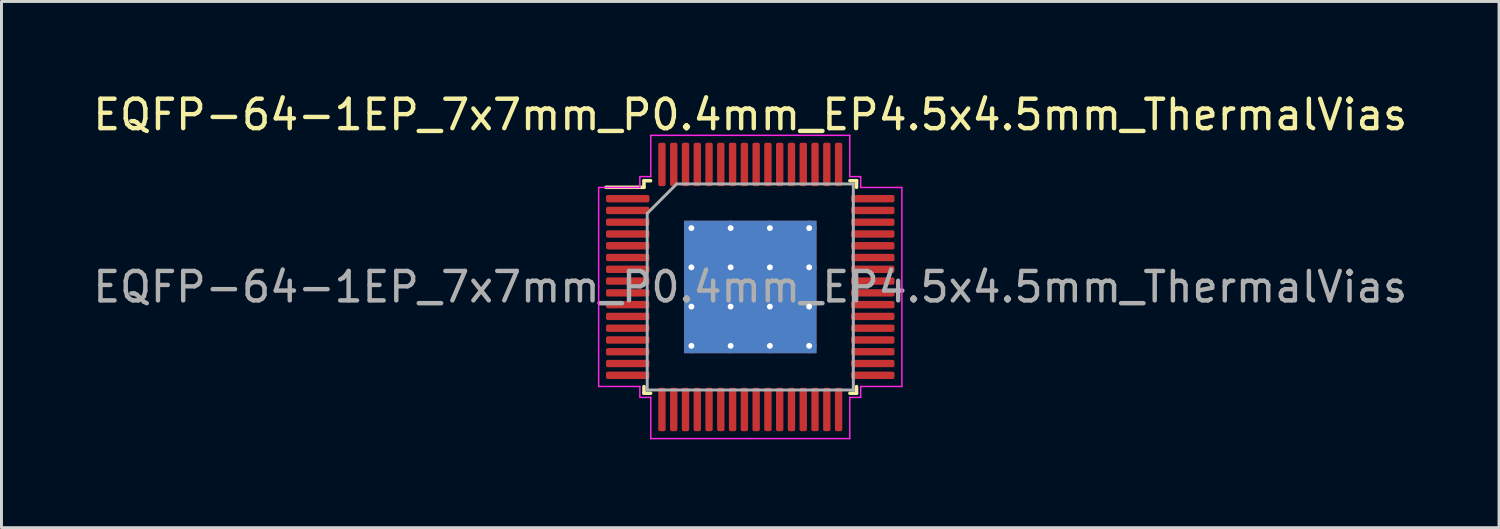
<source format=kicad_pcb>
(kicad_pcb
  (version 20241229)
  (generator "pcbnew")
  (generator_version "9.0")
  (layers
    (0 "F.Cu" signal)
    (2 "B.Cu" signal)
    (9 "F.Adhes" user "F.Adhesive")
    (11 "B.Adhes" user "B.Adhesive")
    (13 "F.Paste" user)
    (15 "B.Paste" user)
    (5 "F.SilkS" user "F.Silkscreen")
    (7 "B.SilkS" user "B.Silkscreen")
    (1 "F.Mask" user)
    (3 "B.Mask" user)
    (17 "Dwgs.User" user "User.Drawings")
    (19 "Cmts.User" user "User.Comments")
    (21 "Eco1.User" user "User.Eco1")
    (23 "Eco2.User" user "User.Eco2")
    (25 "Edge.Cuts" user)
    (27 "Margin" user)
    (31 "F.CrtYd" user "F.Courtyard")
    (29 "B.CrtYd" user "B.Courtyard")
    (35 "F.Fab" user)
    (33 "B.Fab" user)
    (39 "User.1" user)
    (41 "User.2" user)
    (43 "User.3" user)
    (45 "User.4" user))
  (footprint "EQFP-64-1EP_7x7mm_P0.4mm_EP4.5x4.5mm_ThermalVias"
    (layer "F.Cu")
    (at 22.435 6.698)
    (property "Reference" "EQFP-64-1EP_7x7mm_P0.4mm_EP4.5x4.5mm_ThermalVias" (at 0 -5.85 0) (layer "F.SilkS") (effects (font (size 1 1) (thickness 0.15))))
    (attr smd)
    (fp_line (start -3.61 -3.61) (end -3.61 -3.385) (stroke (width 0.12) (type solid)) (layer "F.SilkS"))
    (fp_line (start -3.61 -3.385) (end -4.9 -3.385) (stroke (width 0.12) (type solid)) (layer "F.SilkS"))
    (fp_line (start -3.61 3.61) (end -3.61 3.385) (stroke (width 0.12) (type solid)) (layer "F.SilkS"))
    (fp_line (start -3.385 -3.61) (end -3.61 -3.61) (stroke (width 0.12) (type solid)) (layer "F.SilkS"))
    (fp_line (start -3.385 3.61) (end -3.61 3.61) (stroke (width 0.12) (type solid)) (layer "F.SilkS"))
    (fp_line (start 3.385 -3.61) (end 3.61 -3.61) (stroke (width 0.12) (type solid)) (layer "F.SilkS"))
    (fp_line (start 3.385 3.61) (end 3.61 3.61) (stroke (width 0.12) (type solid)) (layer "F.SilkS"))
    (fp_line (start 3.61 -3.61) (end 3.61 -3.385) (stroke (width 0.12) (type solid)) (layer "F.SilkS"))
    (fp_line (start 3.61 3.61) (end 3.61 3.385) (stroke (width 0.12) (type solid)) (layer "F.SilkS"))
    (fp_line (start -5.15 -3.38) (end -5.15 0) (stroke (width 0.05) (type solid)) (layer "F.CrtYd"))
    (fp_line (start -5.15 3.38) (end -5.15 0) (stroke (width 0.05) (type solid)) (layer "F.CrtYd"))
    (fp_line (start -3.75 -3.75) (end -3.75 -3.38) (stroke (width 0.05) (type solid)) (layer "F.CrtYd"))
    (fp_line (start -3.75 -3.38) (end -5.15 -3.38) (stroke (width 0.05) (type solid)) (layer "F.CrtYd"))
    (fp_line (start -3.75 3.38) (end -5.15 3.38) (stroke (width 0.05) (type solid)) (layer "F.CrtYd"))
    (fp_line (start -3.75 3.75) (end -3.75 3.38) (stroke (width 0.05) (type solid)) (layer "F.CrtYd"))
    (fp_line (start -3.38 -5.15) (end -3.38 -3.75) (stroke (width 0.05) (type solid)) (layer "F.CrtYd"))
    (fp_line (start -3.38 -3.75) (end -3.75 -3.75) (stroke (width 0.05) (type solid)) (layer "F.CrtYd"))
    (fp_line (start -3.38 3.75) (end -3.75 3.75) (stroke (width 0.05) (type solid)) (layer "F.CrtYd"))
    (fp_line (start -3.38 5.15) (end -3.38 3.75) (stroke (width 0.05) (type solid)) (layer "F.CrtYd"))
    (fp_line (start 0 -5.15) (end -3.38 -5.15) (stroke (width 0.05) (type solid)) (layer "F.CrtYd"))
    (fp_line (start 0 -5.15) (end 3.38 -5.15) (stroke (width 0.05) (type solid)) (layer "F.CrtYd"))
    (fp_line (start 0 5.15) (end -3.38 5.15) (stroke (width 0.05) (type solid)) (layer "F.CrtYd"))
    (fp_line (start 0 5.15) (end 3.38 5.15) (stroke (width 0.05) (type solid)) (layer "F.CrtYd"))
    (fp_line (start 3.38 -5.15) (end 3.38 -3.75) (stroke (width 0.05) (type solid)) (layer "F.CrtYd"))
    (fp_line (start 3.38 -3.75) (end 3.75 -3.75) (stroke (width 0.05) (type solid)) (layer "F.CrtYd"))
    (fp_line (start 3.38 3.75) (end 3.75 3.75) (stroke (width 0.05) (type solid)) (layer "F.CrtYd"))
    (fp_line (start 3.38 5.15) (end 3.38 3.75) (stroke (width 0.05) (type solid)) (layer "F.CrtYd"))
    (fp_line (start 3.75 -3.75) (end 3.75 -3.38) (stroke (width 0.05) (type solid)) (layer "F.CrtYd"))
    (fp_line (start 3.75 -3.38) (end 5.15 -3.38) (stroke (width 0.05) (type solid)) (layer "F.CrtYd"))
    (fp_line (start 3.75 3.38) (end 5.15 3.38) (stroke (width 0.05) (type solid)) (layer "F.CrtYd"))
    (fp_line (start 3.75 3.75) (end 3.75 3.38) (stroke (width 0.05) (type solid)) (layer "F.CrtYd"))
    (fp_line (start 5.15 -3.38) (end 5.15 0) (stroke (width 0.05) (type solid)) (layer "F.CrtYd"))
    (fp_line (start 5.15 3.38) (end 5.15 0) (stroke (width 0.05) (type solid)) (layer "F.CrtYd"))
    (fp_line (start -3.5 -2.5) (end -2.5 -3.5) (stroke (width 0.1) (type solid)) (layer "F.Fab"))
    (fp_line (start -3.5 3.5) (end -3.5 -2.5) (stroke (width 0.1) (type solid)) (layer "F.Fab"))
    (fp_line (start -2.5 -3.5) (end 3.5 -3.5) (stroke (width 0.1) (type solid)) (layer "F.Fab"))
    (fp_line (start 3.5 -3.5) (end 3.5 3.5) (stroke (width 0.1) (type solid)) (layer "F.Fab"))
    (fp_line (start 3.5 3.5) (end -3.5 3.5) (stroke (width 0.1) (type solid)) (layer "F.Fab"))
    (fp_text user "${REFERENCE}" (at 0 0 0) (layer "F.Fab") (effects (font (size 1 1) (thickness 0.15))))
    (pad "" smd custom (at -1.333 -1.333) (size 1.097 1.097) (layers "F.Paste") (options (anchor circle)) (primitives (gr_poly (pts (xy -0.492 -0.399) (xy -0.399 -0.492) (xy 0.399 -0.492) (xy 0.492 -0.399) (xy 0.492 0.399) (xy 0.399 0.492) (xy -0.399 0.492) (xy -0.492 0.399)) (width 0.225) (fill yes))))
    (pad "" smd custom (at -1.333 0) (size 1.097 1.097) (layers "F.Paste") (options (anchor circle)) (primitives (gr_poly (pts (xy -0.492 -0.399) (xy -0.399 -0.492) (xy 0.399 -0.492) (xy 0.492 -0.399) (xy 0.492 0.399) (xy 0.399 0.492) (xy -0.399 0.492) (xy -0.492 0.399)) (width 0.225) (fill yes))))
    (pad "" smd custom (at -1.333 1.333) (size 1.097 1.097) (layers "F.Paste") (options (anchor circle)) (primitives (gr_poly (pts (xy -0.492 -0.399) (xy -0.399 -0.492) (xy 0.399 -0.492) (xy 0.492 -0.399) (xy 0.492 0.399) (xy 0.399 0.492) (xy -0.399 0.492) (xy -0.492 0.399)) (width 0.225) (fill yes))))
    (pad "" smd custom (at 0 -1.333) (size 1.097 1.097) (layers "F.Paste") (options (anchor circle)) (primitives (gr_poly (pts (xy -0.492 -0.399) (xy -0.399 -0.492) (xy 0.399 -0.492) (xy 0.492 -0.399) (xy 0.492 0.399) (xy 0.399 0.492) (xy -0.399 0.492) (xy -0.492 0.399)) (width 0.225) (fill yes))))
    (pad "" smd custom (at 0 0) (size 1.097 1.097) (layers "F.Paste") (options (anchor circle)) (primitives (gr_poly (pts (xy -0.492 -0.399) (xy -0.399 -0.492) (xy 0.399 -0.492) (xy 0.492 -0.399) (xy 0.492 0.399) (xy 0.399 0.492) (xy -0.399 0.492) (xy -0.492 0.399)) (width 0.225) (fill yes))))
    (pad "" smd custom (at 0 1.333) (size 1.097 1.097) (layers "F.Paste") (options (anchor circle)) (primitives (gr_poly (pts (xy -0.492 -0.399) (xy -0.399 -0.492) (xy 0.399 -0.492) (xy 0.492 -0.399) (xy 0.492 0.399) (xy 0.399 0.492) (xy -0.399 0.492) (xy -0.492 0.399)) (width 0.225) (fill yes))))
    (pad "" smd custom (at 1.333 -1.333) (size 1.097 1.097) (layers "F.Paste") (options (anchor circle)) (primitives (gr_poly (pts (xy -0.492 -0.399) (xy -0.399 -0.492) (xy 0.399 -0.492) (xy 0.492 -0.399) (xy 0.492 0.399) (xy 0.399 0.492) (xy -0.399 0.492) (xy -0.492 0.399)) (width 0.225) (fill yes))))
    (pad "" smd custom (at 1.333 0) (size 1.097 1.097) (layers "F.Paste") (options (anchor circle)) (primitives (gr_poly (pts (xy -0.492 -0.399) (xy -0.399 -0.492) (xy 0.399 -0.492) (xy 0.492 -0.399) (xy 0.492 0.399) (xy 0.399 0.492) (xy -0.399 0.492) (xy -0.492 0.399)) (width 0.225) (fill yes))))
    (pad "" smd custom (at 1.333 1.333) (size 1.097 1.097) (layers "F.Paste") (options (anchor circle)) (primitives (gr_poly (pts (xy -0.492 -0.399) (xy -0.399 -0.492) (xy 0.399 -0.492) (xy 0.492 -0.399) (xy 0.492 0.399) (xy 0.399 0.492) (xy -0.399 0.492) (xy -0.492 0.399)) (width 0.225) (fill yes))))
    (pad "1" smd roundrect (at -4.162 -3) (size 1.475 0.25) (layers "F.Cu" "F.Mask" "F.Paste") (roundrect_rratio 0.25))
    (pad "2" smd roundrect (at -4.162 -2.6) (size 1.475 0.25) (layers "F.Cu" "F.Mask" "F.Paste") (roundrect_rratio 0.25))
    (pad "3" smd roundrect (at -4.162 -2.2) (size 1.475 0.25) (layers "F.Cu" "F.Mask" "F.Paste") (roundrect_rratio 0.25))
    (pad "4" smd roundrect (at -4.162 -1.8) (size 1.475 0.25) (layers "F.Cu" "F.Mask" "F.Paste") (roundrect_rratio 0.25))
    (pad "5" smd roundrect (at -4.162 -1.4) (size 1.475 0.25) (layers "F.Cu" "F.Mask" "F.Paste") (roundrect_rratio 0.25))
    (pad "6" smd roundrect (at -4.162 -1) (size 1.475 0.25) (layers "F.Cu" "F.Mask" "F.Paste") (roundrect_rratio 0.25))
    (pad "7" smd roundrect (at -4.162 -0.6) (size 1.475 0.25) (layers "F.Cu" "F.Mask" "F.Paste") (roundrect_rratio 0.25))
    (pad "8" smd roundrect (at -4.162 -0.2) (size 1.475 0.25) (layers "F.Cu" "F.Mask" "F.Paste") (roundrect_rratio 0.25))
    (pad "9" smd roundrect (at -4.162 0.2) (size 1.475 0.25) (layers "F.Cu" "F.Mask" "F.Paste") (roundrect_rratio 0.25))
    (pad "10" smd roundrect (at -4.162 0.6) (size 1.475 0.25) (layers "F.Cu" "F.Mask" "F.Paste") (roundrect_rratio 0.25))
    (pad "11" smd roundrect (at -4.162 1) (size 1.475 0.25) (layers "F.Cu" "F.Mask" "F.Paste") (roundrect_rratio 0.25))
    (pad "12" smd roundrect (at -4.162 1.4) (size 1.475 0.25) (layers "F.Cu" "F.Mask" "F.Paste") (roundrect_rratio 0.25))
    (pad "13" smd roundrect (at -4.162 1.8) (size 1.475 0.25) (layers "F.Cu" "F.Mask" "F.Paste") (roundrect_rratio 0.25))
    (pad "14" smd roundrect (at -4.162 2.2) (size 1.475 0.25) (layers "F.Cu" "F.Mask" "F.Paste") (roundrect_rratio 0.25))
    (pad "15" smd roundrect (at -4.162 2.6) (size 1.475 0.25) (layers "F.Cu" "F.Mask" "F.Paste") (roundrect_rratio 0.25))
    (pad "16" smd roundrect (at -4.162 3) (size 1.475 0.25) (layers "F.Cu" "F.Mask" "F.Paste") (roundrect_rratio 0.25))
    (pad "17" smd roundrect (at -3 4.162) (size 0.25 1.475) (layers "F.Cu" "F.Mask" "F.Paste") (roundrect_rratio 0.25))
    (pad "18" smd roundrect (at -2.6 4.162) (size 0.25 1.475) (layers "F.Cu" "F.Mask" "F.Paste") (roundrect_rratio 0.25))
    (pad "19" smd roundrect (at -2.2 4.162) (size 0.25 1.475) (layers "F.Cu" "F.Mask" "F.Paste") (roundrect_rratio 0.25))
    (pad "20" smd roundrect (at -1.8 4.162) (size 0.25 1.475) (layers "F.Cu" "F.Mask" "F.Paste") (roundrect_rratio 0.25))
    (pad "21" smd roundrect (at -1.4 4.162) (size 0.25 1.475) (layers "F.Cu" "F.Mask" "F.Paste") (roundrect_rratio 0.25))
    (pad "22" smd roundrect (at -1 4.162) (size 0.25 1.475) (layers "F.Cu" "F.Mask" "F.Paste") (roundrect_rratio 0.25))
    (pad "23" smd roundrect (at -0.6 4.162) (size 0.25 1.475) (layers "F.Cu" "F.Mask" "F.Paste") (roundrect_rratio 0.25))
    (pad "24" smd roundrect (at -0.2 4.162) (size 0.25 1.475) (layers "F.Cu" "F.Mask" "F.Paste") (roundrect_rratio 0.25))
    (pad "25" smd roundrect (at 0.2 4.162) (size 0.25 1.475) (layers "F.Cu" "F.Mask" "F.Paste") (roundrect_rratio 0.25))
    (pad "26" smd roundrect (at 0.6 4.162) (size 0.25 1.475) (layers "F.Cu" "F.Mask" "F.Paste") (roundrect_rratio 0.25))
    (pad "27" smd roundrect (at 1 4.162) (size 0.25 1.475) (layers "F.Cu" "F.Mask" "F.Paste") (roundrect_rratio 0.25))
    (pad "28" smd roundrect (at 1.4 4.162) (size 0.25 1.475) (layers "F.Cu" "F.Mask" "F.Paste") (roundrect_rratio 0.25))
    (pad "29" smd roundrect (at 1.8 4.162) (size 0.25 1.475) (layers "F.Cu" "F.Mask" "F.Paste") (roundrect_rratio 0.25))
    (pad "30" smd roundrect (at 2.2 4.162) (size 0.25 1.475) (layers "F.Cu" "F.Mask" "F.Paste") (roundrect_rratio 0.25))
    (pad "31" smd roundrect (at 2.6 4.162) (size 0.25 1.475) (layers "F.Cu" "F.Mask" "F.Paste") (roundrect_rratio 0.25))
    (pad "32" smd roundrect (at 3 4.162) (size 0.25 1.475) (layers "F.Cu" "F.Mask" "F.Paste") (roundrect_rratio 0.25))
    (pad "33" smd roundrect (at 4.162 3) (size 1.475 0.25) (layers "F.Cu" "F.Mask" "F.Paste") (roundrect_rratio 0.25))
    (pad "34" smd roundrect (at 4.162 2.6) (size 1.475 0.25) (layers "F.Cu" "F.Mask" "F.Paste") (roundrect_rratio 0.25))
    (pad "35" smd roundrect (at 4.162 2.2) (size 1.475 0.25) (layers "F.Cu" "F.Mask" "F.Paste") (roundrect_rratio 0.25))
    (pad "36" smd roundrect (at 4.162 1.8) (size 1.475 0.25) (layers "F.Cu" "F.Mask" "F.Paste") (roundrect_rratio 0.25))
    (pad "37" smd roundrect (at 4.162 1.4) (size 1.475 0.25) (layers "F.Cu" "F.Mask" "F.Paste") (roundrect_rratio 0.25))
    (pad "38" smd roundrect (at 4.162 1) (size 1.475 0.25) (layers "F.Cu" "F.Mask" "F.Paste") (roundrect_rratio 0.25))
    (pad "39" smd roundrect (at 4.162 0.6) (size 1.475 0.25) (layers "F.Cu" "F.Mask" "F.Paste") (roundrect_rratio 0.25))
    (pad "40" smd roundrect (at 4.162 0.2) (size 1.475 0.25) (layers "F.Cu" "F.Mask" "F.Paste") (roundrect_rratio 0.25))
    (pad "41" smd roundrect (at 4.162 -0.2) (size 1.475 0.25) (layers "F.Cu" "F.Mask" "F.Paste") (roundrect_rratio 0.25))
    (pad "42" smd roundrect (at 4.162 -0.6) (size 1.475 0.25) (layers "F.Cu" "F.Mask" "F.Paste") (roundrect_rratio 0.25))
    (pad "43" smd roundrect (at 4.162 -1) (size 1.475 0.25) (layers "F.Cu" "F.Mask" "F.Paste") (roundrect_rratio 0.25))
    (pad "44" smd roundrect (at 4.162 -1.4) (size 1.475 0.25) (layers "F.Cu" "F.Mask" "F.Paste") (roundrect_rratio 0.25))
    (pad "45" smd roundrect (at 4.162 -1.8) (size 1.475 0.25) (layers "F.Cu" "F.Mask" "F.Paste") (roundrect_rratio 0.25))
    (pad "46" smd roundrect (at 4.162 -2.2) (size 1.475 0.25) (layers "F.Cu" "F.Mask" "F.Paste") (roundrect_rratio 0.25))
    (pad "47" smd roundrect (at 4.162 -2.6) (size 1.475 0.25) (layers "F.Cu" "F.Mask" "F.Paste") (roundrect_rratio 0.25))
    (pad "48" smd roundrect (at 4.162 -3) (size 1.475 0.25) (layers "F.Cu" "F.Mask" "F.Paste") (roundrect_rratio 0.25))
    (pad "49" smd roundrect (at 3 -4.162) (size 0.25 1.475) (layers "F.Cu" "F.Mask" "F.Paste") (roundrect_rratio 0.25))
    (pad "50" smd roundrect (at 2.6 -4.162) (size 0.25 1.475) (layers "F.Cu" "F.Mask" "F.Paste") (roundrect_rratio 0.25))
    (pad "51" smd roundrect (at 2.2 -4.162) (size 0.25 1.475) (layers "F.Cu" "F.Mask" "F.Paste") (roundrect_rratio 0.25))
    (pad "52" smd roundrect (at 1.8 -4.162) (size 0.25 1.475) (layers "F.Cu" "F.Mask" "F.Paste") (roundrect_rratio 0.25))
    (pad "53" smd roundrect (at 1.4 -4.162) (size 0.25 1.475) (layers "F.Cu" "F.Mask" "F.Paste") (roundrect_rratio 0.25))
    (pad "54" smd roundrect (at 1 -4.162) (size 0.25 1.475) (layers "F.Cu" "F.Mask" "F.Paste") (roundrect_rratio 0.25))
    (pad "55" smd roundrect (at 0.6 -4.162) (size 0.25 1.475) (layers "F.Cu" "F.Mask" "F.Paste") (roundrect_rratio 0.25))
    (pad "56" smd roundrect (at 0.2 -4.162) (size 0.25 1.475) (layers "F.Cu" "F.Mask" "F.Paste") (roundrect_rratio 0.25))
    (pad "57" smd roundrect (at -0.2 -4.162) (size 0.25 1.475) (layers "F.Cu" "F.Mask" "F.Paste") (roundrect_rratio 0.25))
    (pad "58" smd roundrect (at -0.6 -4.162) (size 0.25 1.475) (layers "F.Cu" "F.Mask" "F.Paste") (roundrect_rratio 0.25))
    (pad "59" smd roundrect (at -1 -4.162) (size 0.25 1.475) (layers "F.Cu" "F.Mask" "F.Paste") (roundrect_rratio 0.25))
    (pad "60" smd roundrect (at -1.4 -4.162) (size 0.25 1.475) (layers "F.Cu" "F.Mask" "F.Paste") (roundrect_rratio 0.25))
    (pad "61" smd roundrect (at -1.8 -4.162) (size 0.25 1.475) (layers "F.Cu" "F.Mask" "F.Paste") (roundrect_rratio 0.25))
    (pad "62" smd roundrect (at -2.2 -4.162) (size 0.25 1.475) (layers "F.Cu" "F.Mask" "F.Paste") (roundrect_rratio 0.25))
    (pad "63" smd roundrect (at -2.6 -4.162) (size 0.25 1.475) (layers "F.Cu" "F.Mask" "F.Paste") (roundrect_rratio 0.25))
    (pad "64" smd roundrect (at -3 -4.162) (size 0.25 1.475) (layers "F.Cu" "F.Mask" "F.Paste") (roundrect_rratio 0.25))
    (pad "65" thru_hole circle (at -2 -2) (size 0.5 0.5) (drill 0.2) (layers "*.Cu"))
    (pad "65" thru_hole circle (at -2 -0.667) (size 0.5 0.5) (drill 0.2) (layers "*.Cu"))
    (pad "65" thru_hole circle (at -2 0.667) (size 0.5 0.5) (drill 0.2) (layers "*.Cu"))
    (pad "65" thru_hole circle (at -2 2) (size 0.5 0.5) (drill 0.2) (layers "*.Cu"))
    (pad "65" thru_hole circle (at -0.667 -2) (size 0.5 0.5) (drill 0.2) (layers "*.Cu"))
    (pad "65" thru_hole circle (at -0.667 -0.667) (size 0.5 0.5) (drill 0.2) (layers "*.Cu"))
    (pad "65" thru_hole circle (at -0.667 0.667) (size 0.5 0.5) (drill 0.2) (layers "*.Cu"))
    (pad "65" thru_hole circle (at -0.667 2) (size 0.5 0.5) (drill 0.2) (layers "*.Cu"))
    (pad "65" smd rect (at 0 0) (size 4.5 4.5) (layers "F.Cu" "F.Mask"))
    (pad "65" smd rect (at 0 0) (size 4.5 4.5) (layers "B.Cu"))
    (pad "65" thru_hole circle (at 0.667 -2) (size 0.5 0.5) (drill 0.2) (layers "*.Cu"))
    (pad "65" thru_hole circle (at 0.667 -0.667) (size 0.5 0.5) (drill 0.2) (layers "*.Cu"))
    (pad "65" thru_hole circle (at 0.667 0.667) (size 0.5 0.5) (drill 0.2) (layers "*.Cu"))
    (pad "65" thru_hole circle (at 0.667 2) (size 0.5 0.5) (drill 0.2) (layers "*.Cu"))
    (pad "65" thru_hole circle (at 2 -2) (size 0.5 0.5) (drill 0.2) (layers "*.Cu"))
    (pad "65" thru_hole circle (at 2 -0.667) (size 0.5 0.5) (drill 0.2) (layers "*.Cu"))
    (pad "65" thru_hole circle (at 2 0.667) (size 0.5 0.5) (drill 0.2) (layers "*.Cu"))
    (pad "65" thru_hole circle (at 2 2) (size 0.5 0.5) (drill 0.2) (layers "*.Cu")))
  (gr_rect
    (start -3 -3)
    (end 47.869 14.873)
    (stroke (width 0.1) (type default))
    (fill no)
    (layer "Edge.Cuts")))
</source>
